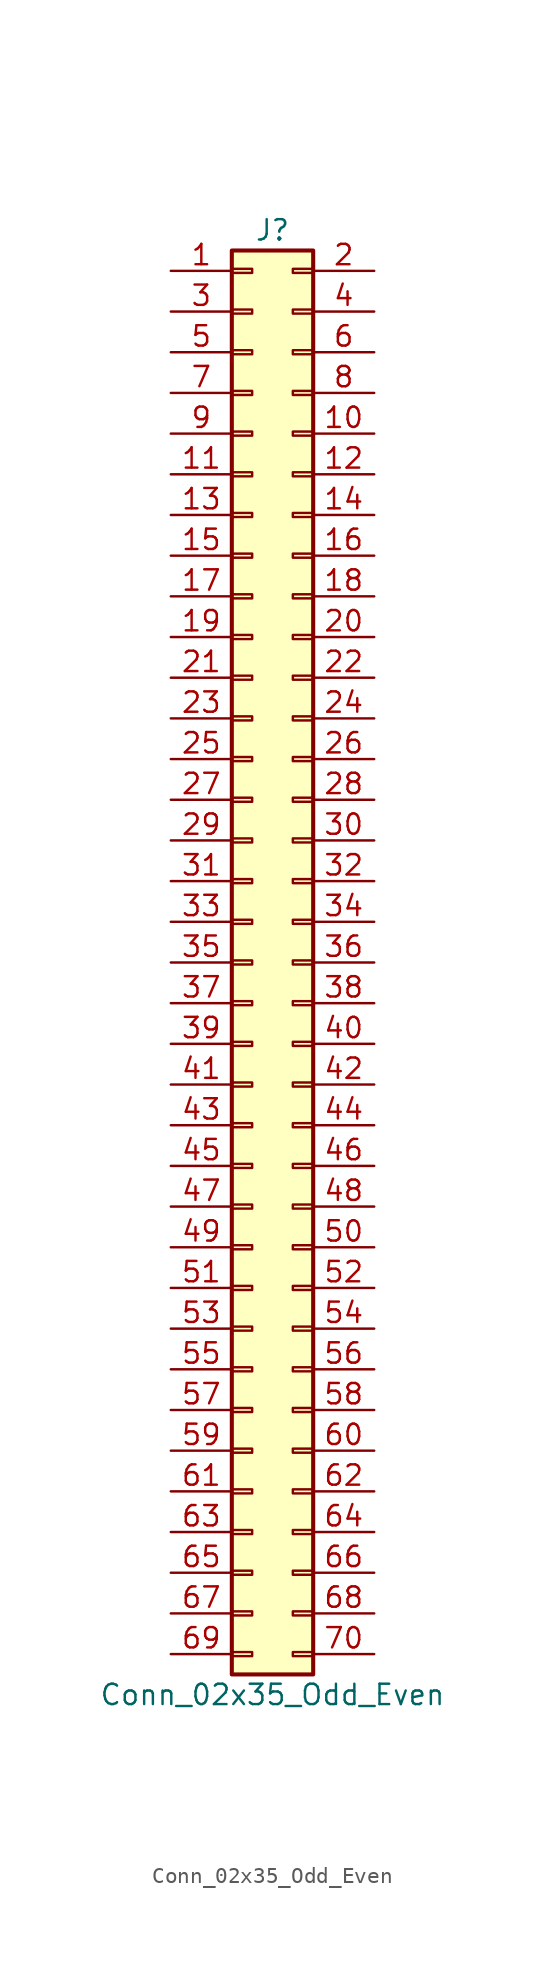
<source format=kicad_sym>
(kicad_symbol_lib
  (version 20201005)
  (generator kicad_symbol_editor)
  (symbol "Conn_02x35_Odd_Even"
    (pin_names
      (offset 1.016) hide)
    (property "Reference" "J"
      (at 1.27 45.72 0)
      (effects (font (size 1.27 1.27))))
    (property "Value" "Conn_02x35_Odd_Even"
      (at 1.27 -45.72 0)
      (effects (font (size 1.27 1.27))))
    (symbol "Conn_02x35_Odd_Even_1_1"
      (rectangle (start -1.27 -43.053) (end 0 -43.307) (stroke (width 0.152)) (fill (type none)))
      (rectangle (start -1.27 -40.513) (end 0 -40.767) (stroke (width 0.152)) (fill (type none)))
      (rectangle (start -1.27 -37.973) (end 0 -38.227) (stroke (width 0.152)) (fill (type none)))
      (rectangle (start -1.27 -35.433) (end 0 -35.687) (stroke (width 0.152)) (fill (type none)))
      (rectangle (start -1.27 -32.893) (end 0 -33.147) (stroke (width 0.152)) (fill (type none)))
      (rectangle (start -1.27 -30.353) (end 0 -30.607) (stroke (width 0.152)) (fill (type none)))
      (rectangle (start -1.27 -27.813) (end 0 -28.067) (stroke (width 0.152)) (fill (type none)))
      (rectangle (start -1.27 -25.273) (end 0 -25.527) (stroke (width 0.152)) (fill (type none)))
      (rectangle (start -1.27 -22.733) (end 0 -22.987) (stroke (width 0.152)) (fill (type none)))
      (rectangle (start -1.27 -20.193) (end 0 -20.447) (stroke (width 0.152)) (fill (type none)))
      (rectangle (start -1.27 -17.653) (end 0 -17.907) (stroke (width 0.152)) (fill (type none)))
      (rectangle (start -1.27 -15.113) (end 0 -15.367) (stroke (width 0.152)) (fill (type none)))
      (rectangle (start -1.27 -12.573) (end 0 -12.827) (stroke (width 0.152)) (fill (type none)))
      (rectangle (start -1.27 -10.033) (end 0 -10.287) (stroke (width 0.152)) (fill (type none)))
      (rectangle (start -1.27 -7.493) (end 0 -7.747) (stroke (width 0.152)) (fill (type none)))
      (rectangle (start -1.27 -4.953) (end 0 -5.207) (stroke (width 0.152)) (fill (type none)))
      (rectangle (start -1.27 -2.413) (end 0 -2.667) (stroke (width 0.152)) (fill (type none)))
      (rectangle (start -1.27 0.127) (end 0 -0.127) (stroke (width 0.152)) (fill (type none)))
      (rectangle (start -1.27 2.667) (end 0 2.413) (stroke (width 0.152)) (fill (type none)))
      (rectangle (start -1.27 5.207) (end 0 4.953) (stroke (width 0.152)) (fill (type none)))
      (rectangle (start -1.27 7.747) (end 0 7.493) (stroke (width 0.152)) (fill (type none)))
      (rectangle (start -1.27 10.287) (end 0 10.033) (stroke (width 0.152)) (fill (type none)))
      (rectangle (start -1.27 12.827) (end 0 12.573) (stroke (width 0.152)) (fill (type none)))
      (rectangle (start -1.27 15.367) (end 0 15.113) (stroke (width 0.152)) (fill (type none)))
      (rectangle (start -1.27 17.907) (end 0 17.653) (stroke (width 0.152)) (fill (type none)))
      (rectangle (start -1.27 20.447) (end 0 20.193) (stroke (width 0.152)) (fill (type none)))
      (rectangle (start -1.27 22.987) (end 0 22.733) (stroke (width 0.152)) (fill (type none)))
      (rectangle (start -1.27 25.527) (end 0 25.273) (stroke (width 0.152)) (fill (type none)))
      (rectangle (start -1.27 28.067) (end 0 27.813) (stroke (width 0.152)) (fill (type none)))
      (rectangle (start -1.27 30.607) (end 0 30.353) (stroke (width 0.152)) (fill (type none)))
      (rectangle (start -1.27 33.147) (end 0 32.893) (stroke (width 0.152)) (fill (type none)))
      (rectangle (start -1.27 35.687) (end 0 35.433) (stroke (width 0.152)) (fill (type none)))
      (rectangle (start -1.27 38.227) (end 0 37.973) (stroke (width 0.152)) (fill (type none)))
      (rectangle (start -1.27 40.767) (end 0 40.513) (stroke (width 0.152)) (fill (type none)))
      (rectangle (start -1.27 43.307) (end 0 43.053) (stroke (width 0.152)) (fill (type none)))
      (rectangle (start -1.27 44.45) (end 3.81 -44.45) (stroke (width 0.254)) (fill (type background)))
      (rectangle (start 3.81 -43.053) (end 2.54 -43.307) (stroke (width 0.152)) (fill (type none)))
      (rectangle (start 3.81 -40.513) (end 2.54 -40.767) (stroke (width 0.152)) (fill (type none)))
      (rectangle (start 3.81 -37.973) (end 2.54 -38.227) (stroke (width 0.152)) (fill (type none)))
      (rectangle (start 3.81 -35.433) (end 2.54 -35.687) (stroke (width 0.152)) (fill (type none)))
      (rectangle (start 3.81 -32.893) (end 2.54 -33.147) (stroke (width 0.152)) (fill (type none)))
      (rectangle (start 3.81 -30.353) (end 2.54 -30.607) (stroke (width 0.152)) (fill (type none)))
      (rectangle (start 3.81 -27.813) (end 2.54 -28.067) (stroke (width 0.152)) (fill (type none)))
      (rectangle (start 3.81 -25.273) (end 2.54 -25.527) (stroke (width 0.152)) (fill (type none)))
      (rectangle (start 3.81 -22.733) (end 2.54 -22.987) (stroke (width 0.152)) (fill (type none)))
      (rectangle (start 3.81 -20.193) (end 2.54 -20.447) (stroke (width 0.152)) (fill (type none)))
      (rectangle (start 3.81 -17.653) (end 2.54 -17.907) (stroke (width 0.152)) (fill (type none)))
      (rectangle (start 3.81 -15.113) (end 2.54 -15.367) (stroke (width 0.152)) (fill (type none)))
      (rectangle (start 3.81 -12.573) (end 2.54 -12.827) (stroke (width 0.152)) (fill (type none)))
      (rectangle (start 3.81 -10.033) (end 2.54 -10.287) (stroke (width 0.152)) (fill (type none)))
      (rectangle (start 3.81 -7.493) (end 2.54 -7.747) (stroke (width 0.152)) (fill (type none)))
      (rectangle (start 3.81 -4.953) (end 2.54 -5.207) (stroke (width 0.152)) (fill (type none)))
      (rectangle (start 3.81 -2.413) (end 2.54 -2.667) (stroke (width 0.152)) (fill (type none)))
      (rectangle (start 3.81 0.127) (end 2.54 -0.127) (stroke (width 0.152)) (fill (type none)))
      (rectangle (start 3.81 2.667) (end 2.54 2.413) (stroke (width 0.152)) (fill (type none)))
      (rectangle (start 3.81 5.207) (end 2.54 4.953) (stroke (width 0.152)) (fill (type none)))
      (rectangle (start 3.81 7.747) (end 2.54 7.493) (stroke (width 0.152)) (fill (type none)))
      (rectangle (start 3.81 10.287) (end 2.54 10.033) (stroke (width 0.152)) (fill (type none)))
      (rectangle (start 3.81 12.827) (end 2.54 12.573) (stroke (width 0.152)) (fill (type none)))
      (rectangle (start 3.81 15.367) (end 2.54 15.113) (stroke (width 0.152)) (fill (type none)))
      (rectangle (start 3.81 17.907) (end 2.54 17.653) (stroke (width 0.152)) (fill (type none)))
      (rectangle (start 3.81 20.447) (end 2.54 20.193) (stroke (width 0.152)) (fill (type none)))
      (rectangle (start 3.81 22.987) (end 2.54 22.733) (stroke (width 0.152)) (fill (type none)))
      (rectangle (start 3.81 25.527) (end 2.54 25.273) (stroke (width 0.152)) (fill (type none)))
      (rectangle (start 3.81 28.067) (end 2.54 27.813) (stroke (width 0.152)) (fill (type none)))
      (rectangle (start 3.81 30.607) (end 2.54 30.353) (stroke (width 0.152)) (fill (type none)))
      (rectangle (start 3.81 33.147) (end 2.54 32.893) (stroke (width 0.152)) (fill (type none)))
      (rectangle (start 3.81 35.687) (end 2.54 35.433) (stroke (width 0.152)) (fill (type none)))
      (rectangle (start 3.81 38.227) (end 2.54 37.973) (stroke (width 0.152)) (fill (type none)))
      (rectangle (start 3.81 40.767) (end 2.54 40.513) (stroke (width 0.152)) (fill (type none)))
      (rectangle (start 3.81 43.307) (end 2.54 43.053) (stroke (width 0.152)) (fill (type none)))
      (pin passive line (at -5.08 43.18 0) (length 3.81) (name "Pin_1" (effects (font (size 1.27 1.27)))) (number "1" (effects (font (size 1.27 1.27)))))
      (pin passive line (at 7.62 33.02 180) (length 3.81) (name "Pin_10" (effects (font (size 1.27 1.27)))) (number "10" (effects (font (size 1.27 1.27)))))
      (pin passive line (at -5.08 30.48 0) (length 3.81) (name "Pin_11" (effects (font (size 1.27 1.27)))) (number "11" (effects (font (size 1.27 1.27)))))
      (pin passive line (at 7.62 30.48 180) (length 3.81) (name "Pin_12" (effects (font (size 1.27 1.27)))) (number "12" (effects (font (size 1.27 1.27)))))
      (pin passive line (at -5.08 27.94 0) (length 3.81) (name "Pin_13" (effects (font (size 1.27 1.27)))) (number "13" (effects (font (size 1.27 1.27)))))
      (pin passive line (at 7.62 27.94 180) (length 3.81) (name "Pin_14" (effects (font (size 1.27 1.27)))) (number "14" (effects (font (size 1.27 1.27)))))
      (pin passive line (at -5.08 25.4 0) (length 3.81) (name "Pin_15" (effects (font (size 1.27 1.27)))) (number "15" (effects (font (size 1.27 1.27)))))
      (pin passive line (at 7.62 25.4 180) (length 3.81) (name "Pin_16" (effects (font (size 1.27 1.27)))) (number "16" (effects (font (size 1.27 1.27)))))
      (pin passive line (at -5.08 22.86 0) (length 3.81) (name "Pin_17" (effects (font (size 1.27 1.27)))) (number "17" (effects (font (size 1.27 1.27)))))
      (pin passive line (at 7.62 22.86 180) (length 3.81) (name "Pin_18" (effects (font (size 1.27 1.27)))) (number "18" (effects (font (size 1.27 1.27)))))
      (pin passive line (at -5.08 20.32 0) (length 3.81) (name "Pin_19" (effects (font (size 1.27 1.27)))) (number "19" (effects (font (size 1.27 1.27)))))
      (pin passive line (at 7.62 43.18 180) (length 3.81) (name "Pin_2" (effects (font (size 1.27 1.27)))) (number "2" (effects (font (size 1.27 1.27)))))
      (pin passive line (at 7.62 20.32 180) (length 3.81) (name "Pin_20" (effects (font (size 1.27 1.27)))) (number "20" (effects (font (size 1.27 1.27)))))
      (pin passive line (at -5.08 17.78 0) (length 3.81) (name "Pin_21" (effects (font (size 1.27 1.27)))) (number "21" (effects (font (size 1.27 1.27)))))
      (pin passive line (at 7.62 17.78 180) (length 3.81) (name "Pin_22" (effects (font (size 1.27 1.27)))) (number "22" (effects (font (size 1.27 1.27)))))
      (pin passive line (at -5.08 15.24 0) (length 3.81) (name "Pin_23" (effects (font (size 1.27 1.27)))) (number "23" (effects (font (size 1.27 1.27)))))
      (pin passive line (at 7.62 15.24 180) (length 3.81) (name "Pin_24" (effects (font (size 1.27 1.27)))) (number "24" (effects (font (size 1.27 1.27)))))
      (pin passive line (at -5.08 12.7 0) (length 3.81) (name "Pin_25" (effects (font (size 1.27 1.27)))) (number "25" (effects (font (size 1.27 1.27)))))
      (pin passive line (at 7.62 12.7 180) (length 3.81) (name "Pin_26" (effects (font (size 1.27 1.27)))) (number "26" (effects (font (size 1.27 1.27)))))
      (pin passive line (at -5.08 10.16 0) (length 3.81) (name "Pin_27" (effects (font (size 1.27 1.27)))) (number "27" (effects (font (size 1.27 1.27)))))
      (pin passive line (at 7.62 10.16 180) (length 3.81) (name "Pin_28" (effects (font (size 1.27 1.27)))) (number "28" (effects (font (size 1.27 1.27)))))
      (pin passive line (at -5.08 7.62 0) (length 3.81) (name "Pin_29" (effects (font (size 1.27 1.27)))) (number "29" (effects (font (size 1.27 1.27)))))
      (pin passive line (at -5.08 40.64 0) (length 3.81) (name "Pin_3" (effects (font (size 1.27 1.27)))) (number "3" (effects (font (size 1.27 1.27)))))
      (pin passive line (at 7.62 7.62 180) (length 3.81) (name "Pin_30" (effects (font (size 1.27 1.27)))) (number "30" (effects (font (size 1.27 1.27)))))
      (pin passive line (at -5.08 5.08 0) (length 3.81) (name "Pin_31" (effects (font (size 1.27 1.27)))) (number "31" (effects (font (size 1.27 1.27)))))
      (pin passive line (at 7.62 5.08 180) (length 3.81) (name "Pin_32" (effects (font (size 1.27 1.27)))) (number "32" (effects (font (size 1.27 1.27)))))
      (pin passive line (at -5.08 2.54 0) (length 3.81) (name "Pin_33" (effects (font (size 1.27 1.27)))) (number "33" (effects (font (size 1.27 1.27)))))
      (pin passive line (at 7.62 2.54 180) (length 3.81) (name "Pin_34" (effects (font (size 1.27 1.27)))) (number "34" (effects (font (size 1.27 1.27)))))
      (pin passive line (at -5.08 0 0) (length 3.81) (name "Pin_35" (effects (font (size 1.27 1.27)))) (number "35" (effects (font (size 1.27 1.27)))))
      (pin passive line (at 7.62 0 180) (length 3.81) (name "Pin_36" (effects (font (size 1.27 1.27)))) (number "36" (effects (font (size 1.27 1.27)))))
      (pin passive line (at -5.08 -2.54 0) (length 3.81) (name "Pin_37" (effects (font (size 1.27 1.27)))) (number "37" (effects (font (size 1.27 1.27)))))
      (pin passive line (at 7.62 -2.54 180) (length 3.81) (name "Pin_38" (effects (font (size 1.27 1.27)))) (number "38" (effects (font (size 1.27 1.27)))))
      (pin passive line (at -5.08 -5.08 0) (length 3.81) (name "Pin_39" (effects (font (size 1.27 1.27)))) (number "39" (effects (font (size 1.27 1.27)))))
      (pin passive line (at 7.62 40.64 180) (length 3.81) (name "Pin_4" (effects (font (size 1.27 1.27)))) (number "4" (effects (font (size 1.27 1.27)))))
      (pin passive line (at 7.62 -5.08 180) (length 3.81) (name "Pin_40" (effects (font (size 1.27 1.27)))) (number "40" (effects (font (size 1.27 1.27)))))
      (pin passive line (at -5.08 -7.62 0) (length 3.81) (name "Pin_41" (effects (font (size 1.27 1.27)))) (number "41" (effects (font (size 1.27 1.27)))))
      (pin passive line (at 7.62 -7.62 180) (length 3.81) (name "Pin_42" (effects (font (size 1.27 1.27)))) (number "42" (effects (font (size 1.27 1.27)))))
      (pin passive line (at -5.08 -10.16 0) (length 3.81) (name "Pin_43" (effects (font (size 1.27 1.27)))) (number "43" (effects (font (size 1.27 1.27)))))
      (pin passive line (at 7.62 -10.16 180) (length 3.81) (name "Pin_44" (effects (font (size 1.27 1.27)))) (number "44" (effects (font (size 1.27 1.27)))))
      (pin passive line (at -5.08 -12.7 0) (length 3.81) (name "Pin_45" (effects (font (size 1.27 1.27)))) (number "45" (effects (font (size 1.27 1.27)))))
      (pin passive line (at 7.62 -12.7 180) (length 3.81) (name "Pin_46" (effects (font (size 1.27 1.27)))) (number "46" (effects (font (size 1.27 1.27)))))
      (pin passive line (at -5.08 -15.24 0) (length 3.81) (name "Pin_47" (effects (font (size 1.27 1.27)))) (number "47" (effects (font (size 1.27 1.27)))))
      (pin passive line (at 7.62 -15.24 180) (length 3.81) (name "Pin_48" (effects (font (size 1.27 1.27)))) (number "48" (effects (font (size 1.27 1.27)))))
      (pin passive line (at -5.08 -17.78 0) (length 3.81) (name "Pin_49" (effects (font (size 1.27 1.27)))) (number "49" (effects (font (size 1.27 1.27)))))
      (pin passive line (at -5.08 38.1 0) (length 3.81) (name "Pin_5" (effects (font (size 1.27 1.27)))) (number "5" (effects (font (size 1.27 1.27)))))
      (pin passive line (at 7.62 -17.78 180) (length 3.81) (name "Pin_50" (effects (font (size 1.27 1.27)))) (number "50" (effects (font (size 1.27 1.27)))))
      (pin passive line (at -5.08 -20.32 0) (length 3.81) (name "Pin_51" (effects (font (size 1.27 1.27)))) (number "51" (effects (font (size 1.27 1.27)))))
      (pin passive line (at 7.62 -20.32 180) (length 3.81) (name "Pin_52" (effects (font (size 1.27 1.27)))) (number "52" (effects (font (size 1.27 1.27)))))
      (pin passive line (at -5.08 -22.86 0) (length 3.81) (name "Pin_53" (effects (font (size 1.27 1.27)))) (number "53" (effects (font (size 1.27 1.27)))))
      (pin passive line (at 7.62 -22.86 180) (length 3.81) (name "Pin_54" (effects (font (size 1.27 1.27)))) (number "54" (effects (font (size 1.27 1.27)))))
      (pin passive line (at -5.08 -25.4 0) (length 3.81) (name "Pin_55" (effects (font (size 1.27 1.27)))) (number "55" (effects (font (size 1.27 1.27)))))
      (pin passive line (at 7.62 -25.4 180) (length 3.81) (name "Pin_56" (effects (font (size 1.27 1.27)))) (number "56" (effects (font (size 1.27 1.27)))))
      (pin passive line (at -5.08 -27.94 0) (length 3.81) (name "Pin_57" (effects (font (size 1.27 1.27)))) (number "57" (effects (font (size 1.27 1.27)))))
      (pin passive line (at 7.62 -27.94 180) (length 3.81) (name "Pin_58" (effects (font (size 1.27 1.27)))) (number "58" (effects (font (size 1.27 1.27)))))
      (pin passive line (at -5.08 -30.48 0) (length 3.81) (name "Pin_59" (effects (font (size 1.27 1.27)))) (number "59" (effects (font (size 1.27 1.27)))))
      (pin passive line (at 7.62 38.1 180) (length 3.81) (name "Pin_6" (effects (font (size 1.27 1.27)))) (number "6" (effects (font (size 1.27 1.27)))))
      (pin passive line (at 7.62 -30.48 180) (length 3.81) (name "Pin_60" (effects (font (size 1.27 1.27)))) (number "60" (effects (font (size 1.27 1.27)))))
      (pin passive line (at -5.08 -33.02 0) (length 3.81) (name "Pin_61" (effects (font (size 1.27 1.27)))) (number "61" (effects (font (size 1.27 1.27)))))
      (pin passive line (at 7.62 -33.02 180) (length 3.81) (name "Pin_62" (effects (font (size 1.27 1.27)))) (number "62" (effects (font (size 1.27 1.27)))))
      (pin passive line (at -5.08 -35.56 0) (length 3.81) (name "Pin_63" (effects (font (size 1.27 1.27)))) (number "63" (effects (font (size 1.27 1.27)))))
      (pin passive line (at 7.62 -35.56 180) (length 3.81) (name "Pin_64" (effects (font (size 1.27 1.27)))) (number "64" (effects (font (size 1.27 1.27)))))
      (pin passive line (at -5.08 -38.1 0) (length 3.81) (name "Pin_65" (effects (font (size 1.27 1.27)))) (number "65" (effects (font (size 1.27 1.27)))))
      (pin passive line (at 7.62 -38.1 180) (length 3.81) (name "Pin_66" (effects (font (size 1.27 1.27)))) (number "66" (effects (font (size 1.27 1.27)))))
      (pin passive line (at -5.08 -40.64 0) (length 3.81) (name "Pin_67" (effects (font (size 1.27 1.27)))) (number "67" (effects (font (size 1.27 1.27)))))
      (pin passive line (at 7.62 -40.64 180) (length 3.81) (name "Pin_68" (effects (font (size 1.27 1.27)))) (number "68" (effects (font (size 1.27 1.27)))))
      (pin passive line (at -5.08 -43.18 0) (length 3.81) (name "Pin_69" (effects (font (size 1.27 1.27)))) (number "69" (effects (font (size 1.27 1.27)))))
      (pin passive line (at -5.08 35.56 0) (length 3.81) (name "Pin_7" (effects (font (size 1.27 1.27)))) (number "7" (effects (font (size 1.27 1.27)))))
      (pin passive line (at 7.62 -43.18 180) (length 3.81) (name "Pin_70" (effects (font (size 1.27 1.27)))) (number "70" (effects (font (size 1.27 1.27)))))
      (pin passive line (at 7.62 35.56 180) (length 3.81) (name "Pin_8" (effects (font (size 1.27 1.27)))) (number "8" (effects (font (size 1.27 1.27)))))
      (pin passive line (at -5.08 33.02 0) (length 3.81) (name "Pin_9" (effects (font (size 1.27 1.27)))) (number "9" (effects (font (size 1.27 1.27))))))))
</source>
